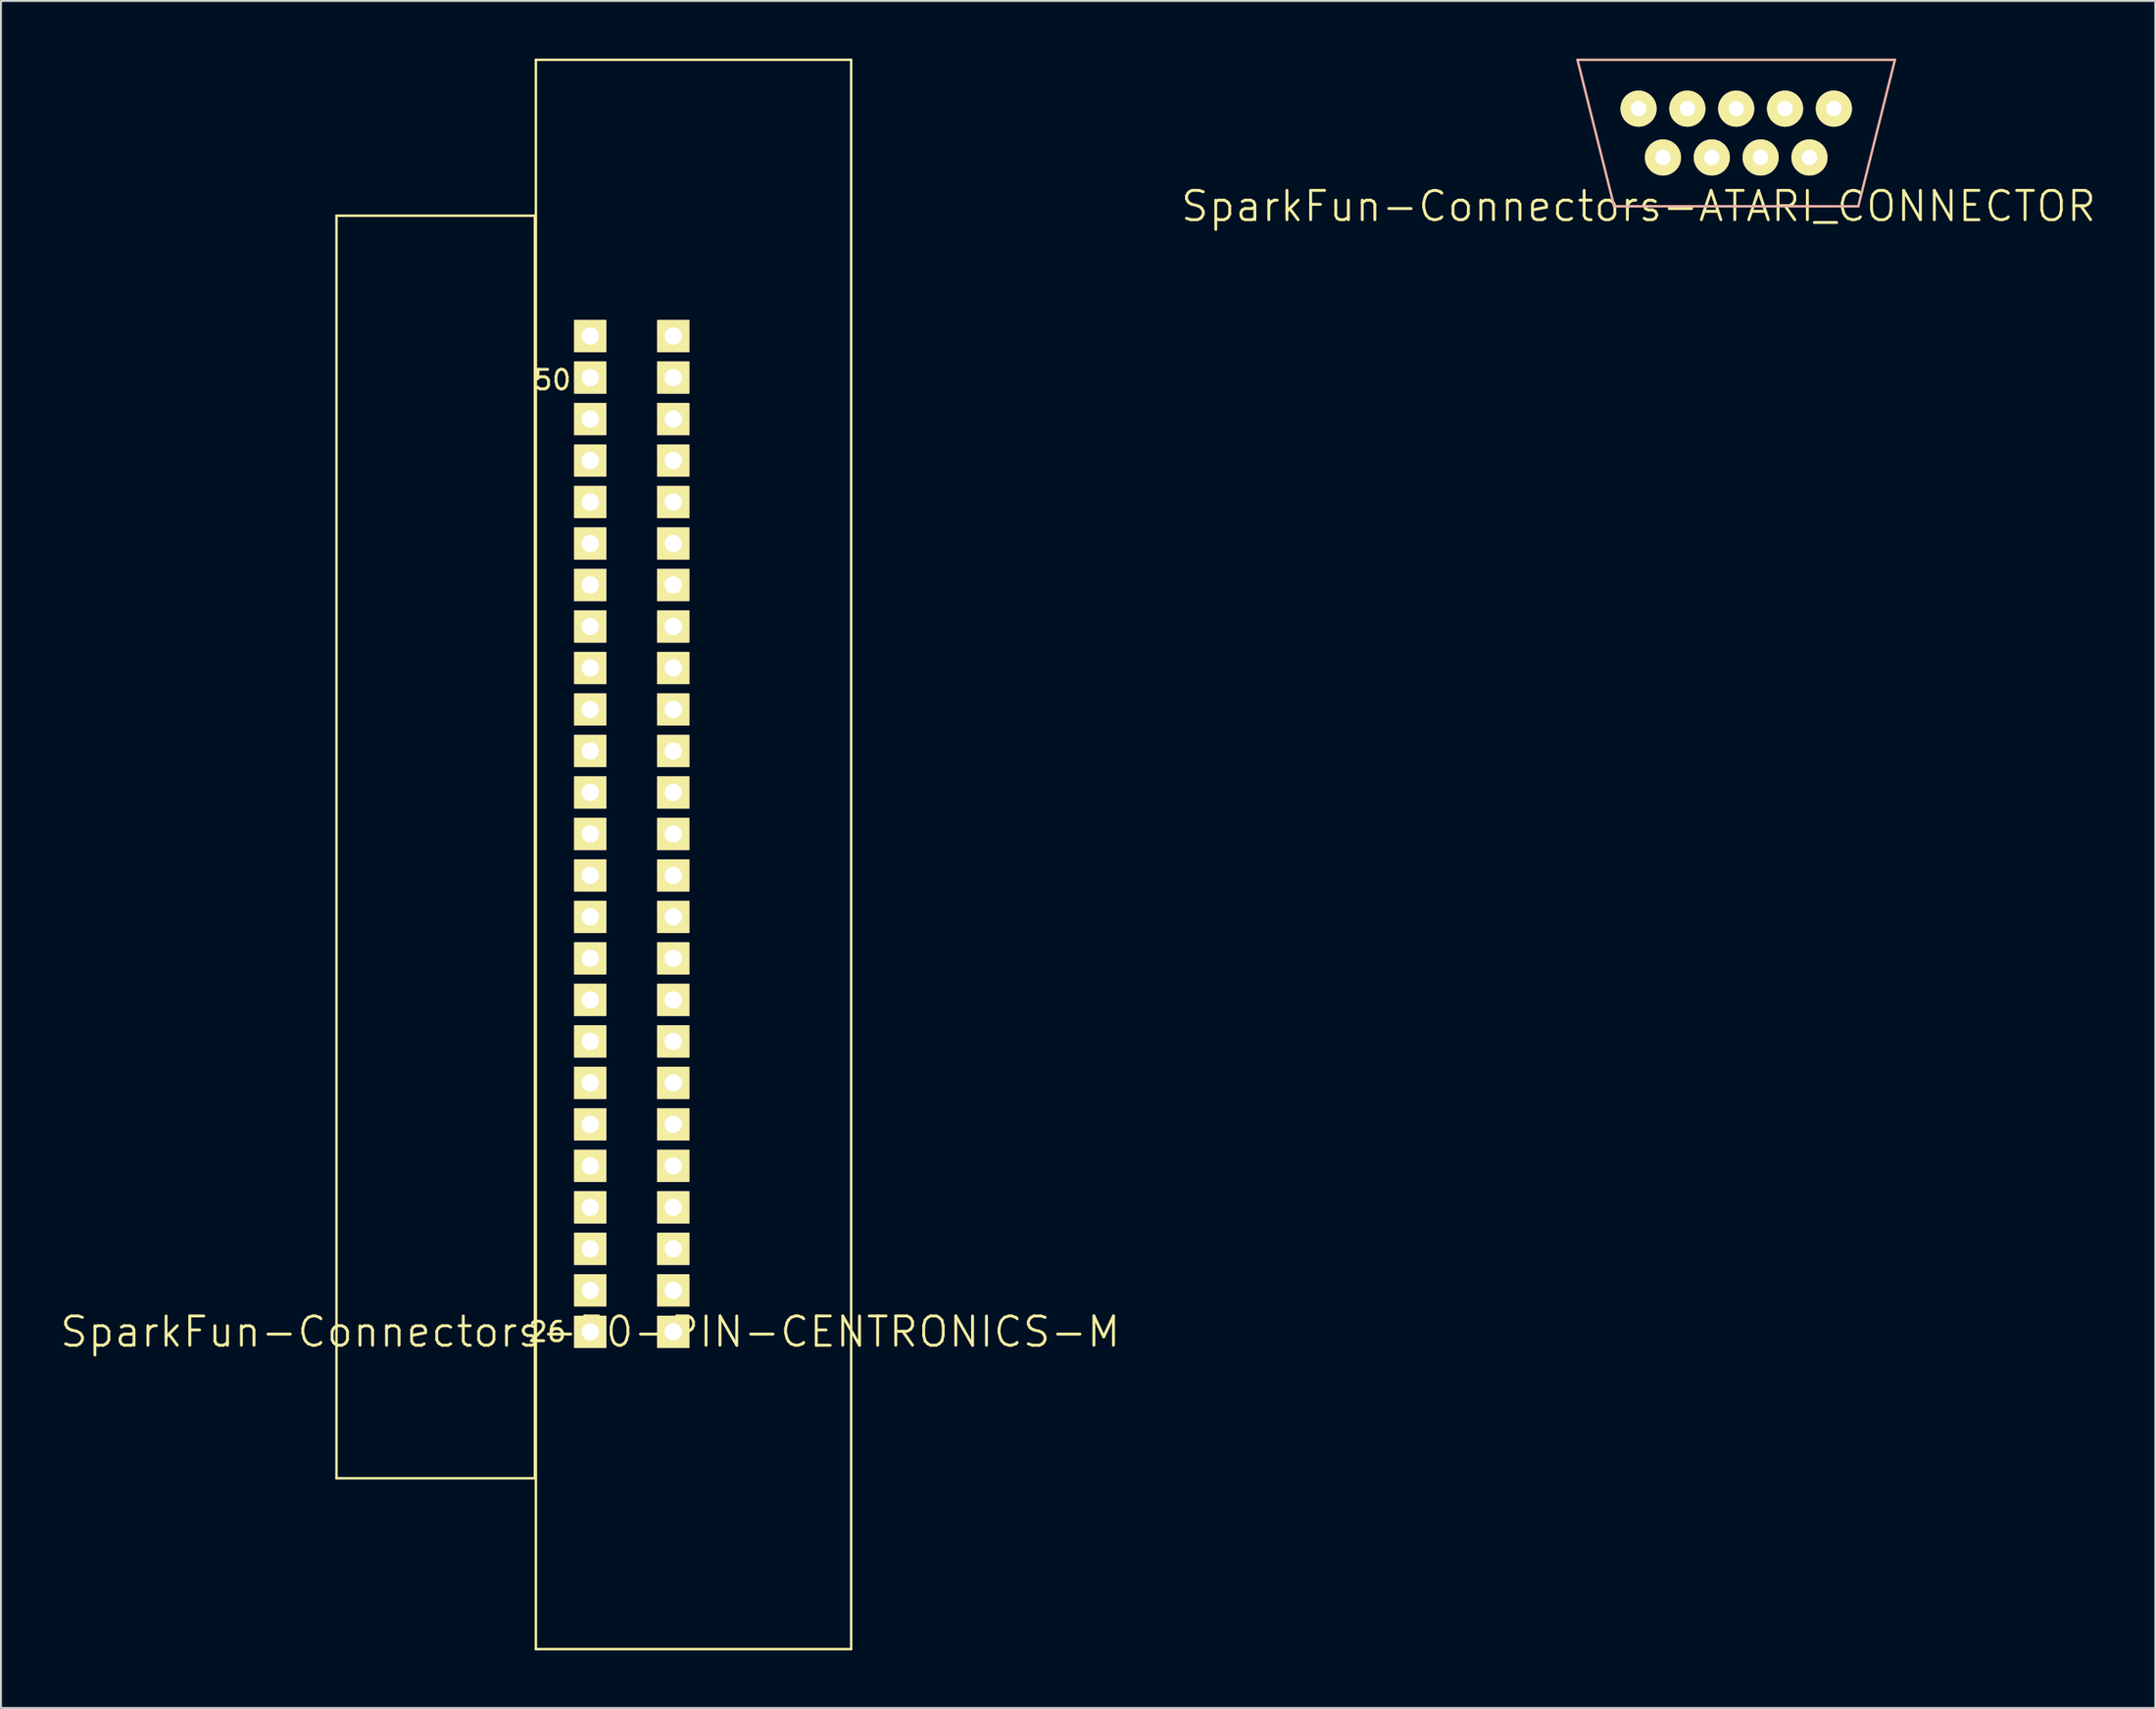
<source format=kicad_pcb>
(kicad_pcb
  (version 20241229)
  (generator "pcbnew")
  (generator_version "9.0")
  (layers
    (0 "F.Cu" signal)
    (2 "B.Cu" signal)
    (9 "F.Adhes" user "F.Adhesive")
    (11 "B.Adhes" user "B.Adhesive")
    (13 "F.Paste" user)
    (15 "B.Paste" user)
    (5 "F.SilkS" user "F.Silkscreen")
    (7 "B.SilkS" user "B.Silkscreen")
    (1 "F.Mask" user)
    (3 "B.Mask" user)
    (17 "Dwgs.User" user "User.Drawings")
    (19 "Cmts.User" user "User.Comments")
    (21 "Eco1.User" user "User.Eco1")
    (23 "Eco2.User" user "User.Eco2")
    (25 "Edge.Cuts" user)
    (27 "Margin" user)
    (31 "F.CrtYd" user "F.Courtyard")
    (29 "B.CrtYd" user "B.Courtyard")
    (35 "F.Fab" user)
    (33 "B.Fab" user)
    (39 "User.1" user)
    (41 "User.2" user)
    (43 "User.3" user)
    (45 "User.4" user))
  (footprint "SparkFun-Connectors-ATARI_CONNECTOR"
    (layer "F.Cu")
    (at 82.176 7.684)
    (property "Reference" "SparkFun-Connectors-ATARI_CONNECTOR" (at 0 0 0) (layer "F.SilkS") (effects (font (size 1.524 1.524) (thickness 0.15))))
    (attr exclude_from_pos_files exclude_from_bom)
    (fp_line (start -3.175 -7.62) (end 13.335 -7.62) (stroke (width 0.127) (type solid)) (layer "B.SilkS"))
    (fp_line (start -1.27 0) (end -3.175 -7.62) (stroke (width 0.127) (type solid)) (layer "B.SilkS"))
    (fp_line (start -1.27 0) (end 11.43 0) (stroke (width 0.127) (type solid)) (layer "B.SilkS"))
    (fp_line (start 11.43 0) (end 13.335 -7.62) (stroke (width 0.127) (type solid)) (layer "B.SilkS"))
    (pad "P$1" thru_hole circle (at 1.27 -2.54) (size 1.88 1.88) (drill 0.798) (layers "*.Cu" "F.Mask" "F.SilkS" "F.Paste"))
    (pad "P$2" thru_hole circle (at 3.81 -2.54) (size 1.88 1.88) (drill 0.798) (layers "*.Cu" "F.Mask" "F.SilkS" "F.Paste"))
    (pad "P$3" thru_hole circle (at 6.35 -2.54) (size 1.88 1.88) (drill 0.798) (layers "*.Cu" "F.Mask" "F.SilkS" "F.Paste"))
    (pad "P$4" thru_hole circle (at 8.89 -2.54) (size 1.88 1.88) (drill 0.798) (layers "*.Cu" "F.Mask" "F.SilkS" "F.Paste"))
    (pad "P$5" thru_hole circle (at 0 -5.08) (size 1.88 1.88) (drill 0.798) (layers "*.Cu" "F.Mask" "F.SilkS" "F.Paste"))
    (pad "P$6" thru_hole circle (at 2.54 -5.08) (size 1.88 1.88) (drill 0.798) (layers "*.Cu" "F.Mask" "F.SilkS" "F.Paste"))
    (pad "P$7" thru_hole circle (at 5.08 -5.08) (size 1.88 1.88) (drill 0.798) (layers "*.Cu" "F.Mask" "F.SilkS" "F.Paste"))
    (pad "P$8" thru_hole circle (at 7.62 -5.08) (size 1.88 1.88) (drill 0.798) (layers "*.Cu" "F.Mask" "F.SilkS" "F.Paste"))
    (pad "P$9" thru_hole circle (at 10.16 -5.08) (size 1.88 1.88) (drill 0.798) (layers "*.Cu" "F.Mask" "F.SilkS" "F.Paste")))
  (footprint "SparkFun-Connectors-50-PIN-CENTRONICS-M"
    (layer "F.Cu")
    (at 27.65 66.253)
    (property "Reference" "SparkFun-Connectors-50-PIN-CENTRONICS-M" (at 0 0 0) (layer "F.SilkS") (effects (font (size 1.524 1.524) (thickness 0.15))))
    (attr exclude_from_pos_files exclude_from_bom)
    (fp_line (start -13.198 7.62) (end -13.198 -58.08) (stroke (width 0.127) (type solid)) (layer "F.SilkS"))
    (fp_line (start -2.878 -58.08) (end -13.198 -58.08) (stroke (width 0.127) (type solid)) (layer "F.SilkS"))
    (fp_line (start -2.878 7.62) (end -13.198 7.62) (stroke (width 0.127) (type solid)) (layer "F.SilkS"))
    (fp_line (start -2.878 7.62) (end -2.878 -58.08) (stroke (width 0.127) (type solid)) (layer "F.SilkS"))
    (fp_line (start -2.827 -66.19) (end 13.571 -66.19) (stroke (width 0.127) (type solid)) (layer "F.SilkS"))
    (fp_line (start -2.827 16.51) (end -2.827 -66.19) (stroke (width 0.127) (type solid)) (layer "F.SilkS"))
    (fp_line (start -2.827 16.51) (end 13.571 16.51) (stroke (width 0.127) (type solid)) (layer "F.SilkS"))
    (fp_line (start 13.571 16.51) (end 13.571 -66.19) (stroke (width 0.127) (type solid)) (layer "F.SilkS"))
    (fp_text user "26" (at -2.23 0 0) (layer "F.SilkS") (effects (font (size 1.016 1.016) (thickness 0.152))))
    (fp_text user "50" (at -1.976 -49.53 0) (layer "F.SilkS") (effects (font (size 1.016 1.016) (thickness 0.152))))
    (pad "P$1" thru_hole rect (at 4.318 0) (size 1.676 1.676) (drill 0.899) (layers "*.Cu" "F.Mask" "F.SilkS" "F.Paste"))
    (pad "P$2" thru_hole rect (at 4.318 -2.159) (size 1.676 1.676) (drill 0.899) (layers "*.Cu" "F.Mask" "F.SilkS" "F.Paste"))
    (pad "P$3" thru_hole rect (at 4.318 -4.318) (size 1.676 1.676) (drill 0.899) (layers "*.Cu" "F.Mask" "F.SilkS" "F.Paste"))
    (pad "P$4" thru_hole rect (at 4.318 -6.477) (size 1.676 1.676) (drill 0.899) (layers "*.Cu" "F.Mask" "F.SilkS" "F.Paste"))
    (pad "P$5" thru_hole rect (at 4.318 -8.636) (size 1.676 1.676) (drill 0.899) (layers "*.Cu" "F.Mask" "F.SilkS" "F.Paste"))
    (pad "P$6" thru_hole rect (at 4.318 -10.795) (size 1.676 1.676) (drill 0.899) (layers "*.Cu" "F.Mask" "F.SilkS" "F.Paste"))
    (pad "P$7" thru_hole rect (at 4.318 -12.954) (size 1.676 1.676) (drill 0.899) (layers "*.Cu" "F.Mask" "F.SilkS" "F.Paste"))
    (pad "P$8" thru_hole rect (at 4.318 -15.113) (size 1.676 1.676) (drill 0.899) (layers "*.Cu" "F.Mask" "F.SilkS" "F.Paste"))
    (pad "P$9" thru_hole rect (at 4.318 -17.272) (size 1.676 1.676) (drill 0.899) (layers "*.Cu" "F.Mask" "F.SilkS" "F.Paste"))
    (pad "P$10" thru_hole rect (at 4.318 -19.431) (size 1.676 1.676) (drill 0.899) (layers "*.Cu" "F.Mask" "F.SilkS" "F.Paste"))
    (pad "P$11" thru_hole rect (at 4.318 -21.59) (size 1.676 1.676) (drill 0.899) (layers "*.Cu" "F.Mask" "F.SilkS" "F.Paste"))
    (pad "P$12" thru_hole rect (at 4.318 -23.749) (size 1.676 1.676) (drill 0.899) (layers "*.Cu" "F.Mask" "F.SilkS" "F.Paste"))
    (pad "P$13" thru_hole rect (at 4.318 -25.908) (size 1.676 1.676) (drill 0.899) (layers "*.Cu" "F.Mask" "F.SilkS" "F.Paste"))
    (pad "P$14" thru_hole rect (at 4.318 -28.067) (size 1.676 1.676) (drill 0.899) (layers "*.Cu" "F.Mask" "F.SilkS" "F.Paste"))
    (pad "P$15" thru_hole rect (at 4.318 -30.226) (size 1.676 1.676) (drill 0.899) (layers "*.Cu" "F.Mask" "F.SilkS" "F.Paste"))
    (pad "P$16" thru_hole rect (at 4.318 -32.385) (size 1.676 1.676) (drill 0.899) (layers "*.Cu" "F.Mask" "F.SilkS" "F.Paste"))
    (pad "P$17" thru_hole rect (at 4.318 -34.544) (size 1.676 1.676) (drill 0.899) (layers "*.Cu" "F.Mask" "F.SilkS" "F.Paste"))
    (pad "P$18" thru_hole rect (at 4.318 -36.703) (size 1.676 1.676) (drill 0.899) (layers "*.Cu" "F.Mask" "F.SilkS" "F.Paste"))
    (pad "P$19" thru_hole rect (at 4.318 -38.862) (size 1.676 1.676) (drill 0.899) (layers "*.Cu" "F.Mask" "F.SilkS" "F.Paste"))
    (pad "P$20" thru_hole rect (at 4.318 -41.021) (size 1.676 1.676) (drill 0.899) (layers "*.Cu" "F.Mask" "F.SilkS" "F.Paste"))
    (pad "P$21" thru_hole rect (at 4.318 -43.18) (size 1.676 1.676) (drill 0.899) (layers "*.Cu" "F.Mask" "F.SilkS" "F.Paste"))
    (pad "P$22" thru_hole rect (at 4.318 -45.339) (size 1.676 1.676) (drill 0.899) (layers "*.Cu" "F.Mask" "F.SilkS" "F.Paste"))
    (pad "P$23" thru_hole rect (at 4.318 -47.498) (size 1.676 1.676) (drill 0.899) (layers "*.Cu" "F.Mask" "F.SilkS" "F.Paste"))
    (pad "P$24" thru_hole rect (at 4.318 -49.657) (size 1.676 1.676) (drill 0.899) (layers "*.Cu" "F.Mask" "F.SilkS" "F.Paste"))
    (pad "P$25" thru_hole rect (at 4.318 -51.816) (size 1.676 1.676) (drill 0.899) (layers "*.Cu" "F.Mask" "F.SilkS" "F.Paste"))
    (pad "P$26" thru_hole rect (at 0 0) (size 1.676 1.676) (drill 0.899) (layers "*.Cu" "F.Mask" "F.SilkS" "F.Paste"))
    (pad "P$27" thru_hole rect (at 0 -2.159) (size 1.676 1.676) (drill 0.899) (layers "*.Cu" "F.Mask" "F.SilkS" "F.Paste"))
    (pad "P$28" thru_hole rect (at 0 -4.318) (size 1.676 1.676) (drill 0.899) (layers "*.Cu" "F.Mask" "F.SilkS" "F.Paste"))
    (pad "P$29" thru_hole rect (at 0 -6.477) (size 1.676 1.676) (drill 0.899) (layers "*.Cu" "F.Mask" "F.SilkS" "F.Paste"))
    (pad "P$30" thru_hole rect (at 0 -8.636) (size 1.676 1.676) (drill 0.899) (layers "*.Cu" "F.Mask" "F.SilkS" "F.Paste"))
    (pad "P$31" thru_hole rect (at 0 -10.795) (size 1.676 1.676) (drill 0.899) (layers "*.Cu" "F.Mask" "F.SilkS" "F.Paste"))
    (pad "P$32" thru_hole rect (at 0 -12.954) (size 1.676 1.676) (drill 0.899) (layers "*.Cu" "F.Mask" "F.SilkS" "F.Paste"))
    (pad "P$33" thru_hole rect (at 0 -15.113) (size 1.676 1.676) (drill 0.899) (layers "*.Cu" "F.Mask" "F.SilkS" "F.Paste"))
    (pad "P$34" thru_hole rect (at 0 -17.272) (size 1.676 1.676) (drill 0.899) (layers "*.Cu" "F.Mask" "F.SilkS" "F.Paste"))
    (pad "P$35" thru_hole rect (at 0 -19.431) (size 1.676 1.676) (drill 0.899) (layers "*.Cu" "F.Mask" "F.SilkS" "F.Paste"))
    (pad "P$36" thru_hole rect (at 0 -21.59) (size 1.676 1.676) (drill 0.899) (layers "*.Cu" "F.Mask" "F.SilkS" "F.Paste"))
    (pad "P$37" thru_hole rect (at 0 -23.749) (size 1.676 1.676) (drill 0.899) (layers "*.Cu" "F.Mask" "F.SilkS" "F.Paste"))
    (pad "P$38" thru_hole rect (at 0 -25.908) (size 1.676 1.676) (drill 0.899) (layers "*.Cu" "F.Mask" "F.SilkS" "F.Paste"))
    (pad "P$39" thru_hole rect (at 0 -28.067) (size 1.676 1.676) (drill 0.899) (layers "*.Cu" "F.Mask" "F.SilkS" "F.Paste"))
    (pad "P$40" thru_hole rect (at 0 -30.226) (size 1.676 1.676) (drill 0.899) (layers "*.Cu" "F.Mask" "F.SilkS" "F.Paste"))
    (pad "P$41" thru_hole rect (at 0 -32.385) (size 1.676 1.676) (drill 0.899) (layers "*.Cu" "F.Mask" "F.SilkS" "F.Paste"))
    (pad "P$42" thru_hole rect (at 0 -34.544) (size 1.676 1.676) (drill 0.899) (layers "*.Cu" "F.Mask" "F.SilkS" "F.Paste"))
    (pad "P$43" thru_hole rect (at 0 -36.703) (size 1.676 1.676) (drill 0.899) (layers "*.Cu" "F.Mask" "F.SilkS" "F.Paste"))
    (pad "P$44" thru_hole rect (at 0 -38.862) (size 1.676 1.676) (drill 0.899) (layers "*.Cu" "F.Mask" "F.SilkS" "F.Paste"))
    (pad "P$45" thru_hole rect (at 0 -41.021) (size 1.676 1.676) (drill 0.899) (layers "*.Cu" "F.Mask" "F.SilkS" "F.Paste"))
    (pad "P$46" thru_hole rect (at 0 -43.18) (size 1.676 1.676) (drill 0.899) (layers "*.Cu" "F.Mask" "F.SilkS" "F.Paste"))
    (pad "P$47" thru_hole rect (at 0 -45.339) (size 1.676 1.676) (drill 0.899) (layers "*.Cu" "F.Mask" "F.SilkS" "F.Paste"))
    (pad "P$48" thru_hole rect (at 0 -47.498) (size 1.676 1.676) (drill 0.899) (layers "*.Cu" "F.Mask" "F.SilkS" "F.Paste"))
    (pad "P$49" thru_hole rect (at 0 -49.657) (size 1.676 1.676) (drill 0.899) (layers "*.Cu" "F.Mask" "F.SilkS" "F.Paste"))
    (pad "P$50" thru_hole rect (at 0 -51.816) (size 1.676 1.676) (drill 0.899) (layers "*.Cu" "F.Mask" "F.SilkS" "F.Paste")))
  (gr_rect
    (start -3 -3)
    (end 109.052 85.827)
    (stroke (width 0.1) (type default))
    (fill no)
    (layer "Edge.Cuts")))
</source>
